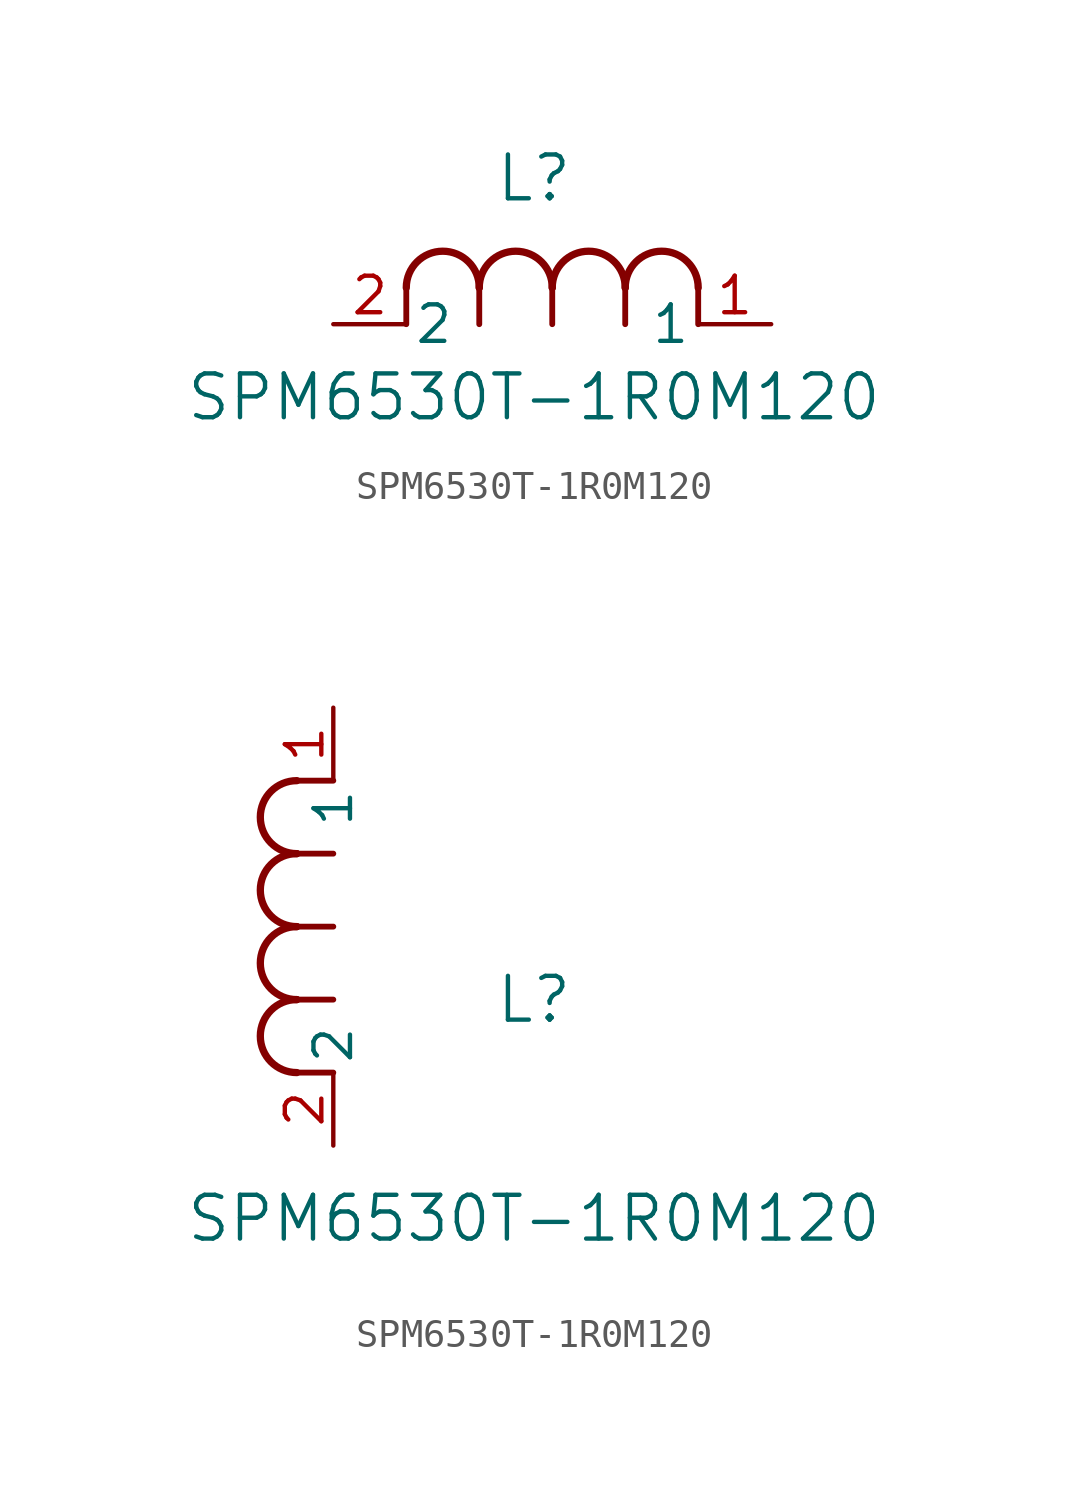
<source format=kicad_sym>
(kicad_symbol_lib
  (version 20211014)
  (generator kicad_symbol_editor)
  (symbol "SPM6530T-1R0M120"
    (pin_names
      (offset 0.254))
    (property "Reference" "L"
      (at 6.985 5.08 0)
      (effects (font (size 1.524 1.524))))
    (property "Value" "SPM6530T-1R0M120"
      (at 6.985 -2.54 0)
      (effects (font (size 1.524 1.524))))
    (symbol "SPM6530T-1R0M120_1_1"
      (arc (start 7.62 1.27) (mid 6.35 2.54) (end 5.08 1.27) (stroke (width 0.254) (type default) (color 0 0 0 0)) (fill (type none)))
      (polyline (pts (xy 5.08 0) (xy 5.08 1.27)) (stroke (width 0.203) (type default) (color 0 0 0 0)) (fill (type none)))
      (polyline (pts (xy 7.62 0) (xy 7.62 1.27)) (stroke (width 0.203) (type default) (color 0 0 0 0)) (fill (type none)))
      (polyline (pts (xy 12.7 0) (xy 12.7 1.27)) (stroke (width 0.203) (type default) (color 0 0 0 0)) (fill (type none)))
      (arc (start 5.08 1.27) (mid 3.81 2.54) (end 2.54 1.27) (stroke (width 0.254) (type default) (color 0 0 0 0)) (fill (type none)))
      (arc (start 10.16 1.27) (mid 8.89 2.54) (end 7.62 1.27) (stroke (width 0.254) (type default) (color 0 0 0 0)) (fill (type none)))
      (arc (start 12.7 1.27) (mid 11.43 2.54) (end 10.16 1.27) (stroke (width 0.254) (type default) (color 0 0 0 0)) (fill (type none)))
      (polyline (pts (xy 2.54 0) (xy 2.54 1.27)) (stroke (width 0.203) (type default) (color 0 0 0 0)) (fill (type none)))
      (polyline (pts (xy 10.16 0) (xy 10.16 1.27)) (stroke (width 0.203) (type default) (color 0 0 0 0)) (fill (type none)))
      (pin unspecified line (at 0 0 0) (length 2.54) (name "2" (effects (font (size 1.27 1.27)))) (number "2" (effects (font (size 1.27 1.27)))))
      (pin unspecified line (at 15.24 0 180) (length 2.54) (name "1" (effects (font (size 1.27 1.27)))) (number "1" (effects (font (size 1.27 1.27))))))
    (symbol "SPM6530T-1R0M120_1_2"
      (arc (start -1.27 7.62) (mid -2.54 6.35) (end -1.27 5.08) (stroke (width 0.254) (type default) (color 0 0 0 0)) (fill (type none)))
      (arc (start -1.27 5.08) (mid -2.54 3.81) (end -1.27 2.54) (stroke (width 0.254) (type default) (color 0 0 0 0)) (fill (type none)))
      (arc (start -1.27 12.7) (mid -2.54 11.43) (end -1.27 10.16) (stroke (width 0.254) (type default) (color 0 0 0 0)) (fill (type none)))
      (arc (start -1.27 10.16) (mid -2.54 8.89) (end -1.27 7.62) (stroke (width 0.254) (type default) (color 0 0 0 0)) (fill (type none)))
      (polyline (pts (xy 0 7.62) (xy -1.27 7.62)) (stroke (width 0.203) (type default) (color 0 0 0 0)) (fill (type none)))
      (polyline (pts (xy 0 5.08) (xy -1.27 5.08)) (stroke (width 0.203) (type default) (color 0 0 0 0)) (fill (type none)))
      (polyline (pts (xy 0 12.7) (xy -1.27 12.7)) (stroke (width 0.203) (type default) (color 0 0 0 0)) (fill (type none)))
      (polyline (pts (xy 0 2.54) (xy -1.27 2.54)) (stroke (width 0.203) (type default) (color 0 0 0 0)) (fill (type none)))
      (polyline (pts (xy 0 10.16) (xy -1.27 10.16)) (stroke (width 0.203) (type default) (color 0 0 0 0)) (fill (type none)))
      (pin unspecified line (at 0 0 90) (length 2.54) (name "2" (effects (font (size 1.27 1.27)))) (number "2" (effects (font (size 1.27 1.27)))))
      (pin unspecified line (at 0 15.24 270) (length 2.54) (name "1" (effects (font (size 1.27 1.27)))) (number "1" (effects (font (size 1.27 1.27))))))))
</source>
